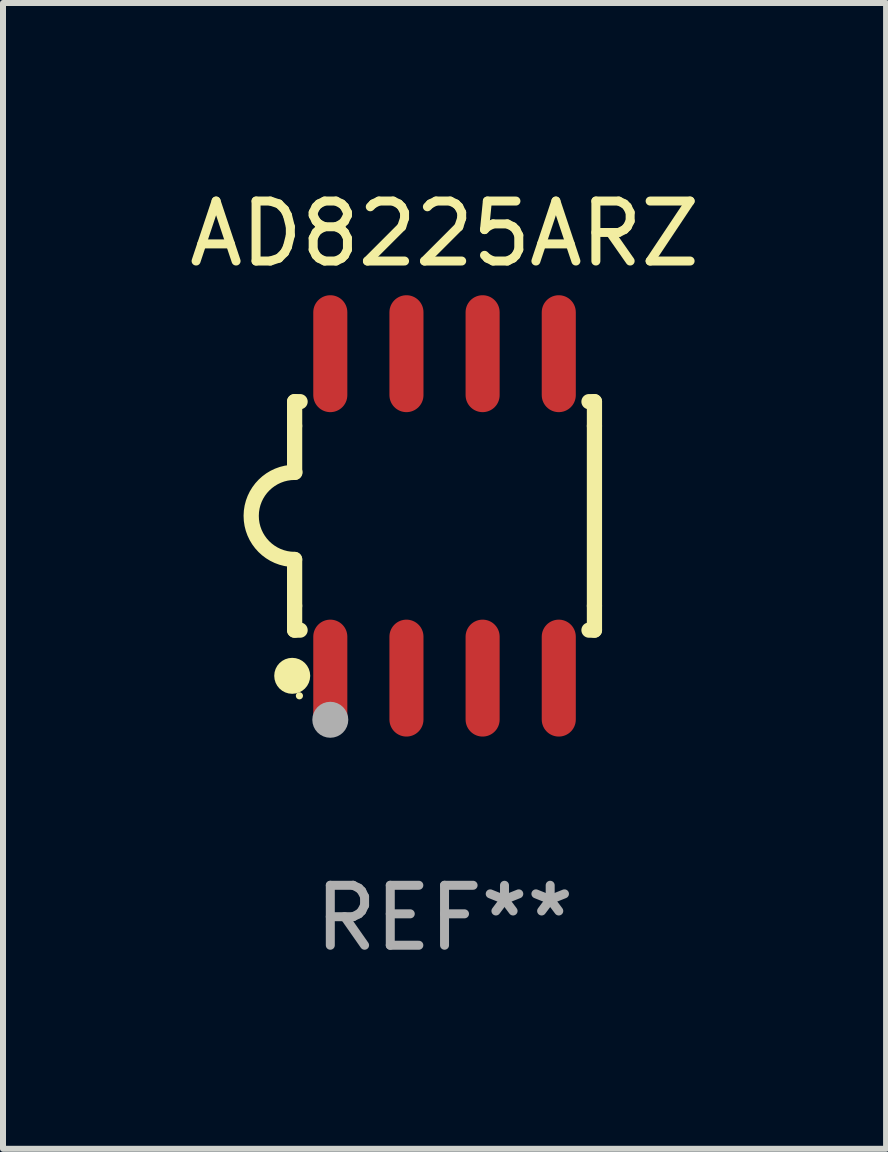
<source format=kicad_pcb>
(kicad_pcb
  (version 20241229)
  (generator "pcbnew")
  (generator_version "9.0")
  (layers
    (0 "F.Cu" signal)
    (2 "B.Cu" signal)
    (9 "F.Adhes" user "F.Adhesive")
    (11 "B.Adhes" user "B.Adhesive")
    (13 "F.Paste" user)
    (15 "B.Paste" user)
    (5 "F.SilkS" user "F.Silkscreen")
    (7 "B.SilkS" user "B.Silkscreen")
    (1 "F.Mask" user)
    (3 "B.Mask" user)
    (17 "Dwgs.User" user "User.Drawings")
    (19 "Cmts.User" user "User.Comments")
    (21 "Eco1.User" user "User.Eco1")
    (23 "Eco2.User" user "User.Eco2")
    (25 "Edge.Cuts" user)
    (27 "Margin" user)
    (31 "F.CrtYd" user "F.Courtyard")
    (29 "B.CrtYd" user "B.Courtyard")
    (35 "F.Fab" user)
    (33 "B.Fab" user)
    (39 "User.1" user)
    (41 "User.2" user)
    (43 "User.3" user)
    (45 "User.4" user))
  (footprint "AD8225ARZ"
    (layer "F.Cu")
    (at 4.363 5.553)
    (property "Reference" "AD8225ARZ" (at 0 -4.705 0) (layer "F.SilkS") (effects (font (size 1 1) (thickness 0.15))))
    (attr through_hole)
    (fp_line (start -2.5 -1.905) (end -2.409 -1.905) (stroke (width 0.254) (type solid)) (layer "F.SilkS"))
    (fp_line (start -2.5 -1.5) (end -2.5 -1.905) (stroke (width 0.254) (type solid)) (layer "F.SilkS"))
    (fp_line (start -2.5 -1.5) (end -2.5 -0.726) (stroke (width 0.254) (type solid)) (layer "F.SilkS"))
    (fp_line (start -2.5 1.5) (end -2.5 0.727) (stroke (width 0.254) (type solid)) (layer "F.SilkS"))
    (fp_line (start -2.5 1.5) (end -2.5 1.905) (stroke (width 0.254) (type solid)) (layer "F.SilkS"))
    (fp_line (start -2.5 1.905) (end -2.409 1.905) (stroke (width 0.254) (type solid)) (layer "F.SilkS"))
    (fp_line (start 2.5 -1.905) (end 2.409 -1.905) (stroke (width 0.254) (type solid)) (layer "F.SilkS"))
    (fp_line (start 2.5 -1.5) (end 2.5 -1.905) (stroke (width 0.254) (type solid)) (layer "F.SilkS"))
    (fp_line (start 2.5 -1.5) (end 2.5 1.5) (stroke (width 0.254) (type solid)) (layer "F.SilkS"))
    (fp_line (start 2.5 1.5) (end 2.5 1.905) (stroke (width 0.254) (type solid)) (layer "F.SilkS"))
    (fp_line (start 2.5 1.905) (end 2.409 1.905) (stroke (width 0.254) (type solid)) (layer "F.SilkS"))
    (fp_arc (start -2.5 0.726568) (mid -3.220316 -0.0023) (end -2.495097 -0.726289) (stroke (width 0.254001) (type solid)) (layer "F.SilkS"))
    (fp_circle (center -2.54 2.667) (end -2.39 2.667) (stroke (width 0.3) (type solid)) (fill no) (layer "F.SilkS"))
    (fp_circle (center -2.42 3) (end -2.39 3) (stroke (width 0.06) (type solid)) (fill no) (layer "F.SilkS"))
    (fp_circle (center -1.905 3.4) (end -1.755 3.4) (stroke (width 0.3) (type solid)) (fill no) (layer "F.Fab"))
    (fp_text user "REF**" (at 0 6.705 0) (layer "F.Fab") (effects (font (size 1 1) (thickness 0.15))))
    (pad "1" smd oval (at -1.905 2.705) (size 0.568 1.95) (layers "F.Cu" "F.Mask" "F.Paste"))
    (pad "2" smd oval (at -0.635 2.705) (size 0.568 1.95) (layers "F.Cu" "F.Mask" "F.Paste"))
    (pad "3" smd oval (at 0.635 2.705) (size 0.568 1.95) (layers "F.Cu" "F.Mask" "F.Paste"))
    (pad "4" smd oval (at 1.905 2.705) (size 0.568 1.95) (layers "F.Cu" "F.Mask" "F.Paste"))
    (pad "5" smd oval (at 1.905 -2.705) (size 0.568 1.95) (layers "F.Cu" "F.Mask" "F.Paste"))
    (pad "6" smd oval (at 0.635 -2.705) (size 0.568 1.95) (layers "F.Cu" "F.Mask" "F.Paste"))
    (pad "7" smd oval (at -0.635 -2.705) (size 0.568 1.95) (layers "F.Cu" "F.Mask" "F.Paste"))
    (pad "8" smd oval (at -1.905 -2.705) (size 0.568 1.95) (layers "F.Cu" "F.Mask" "F.Paste")))
  (gr_rect
    (start -3 -3)
    (end 11.726 16.107)
    (stroke (width 0.1) (type default))
    (fill no)
    (layer "Edge.Cuts")))
</source>
